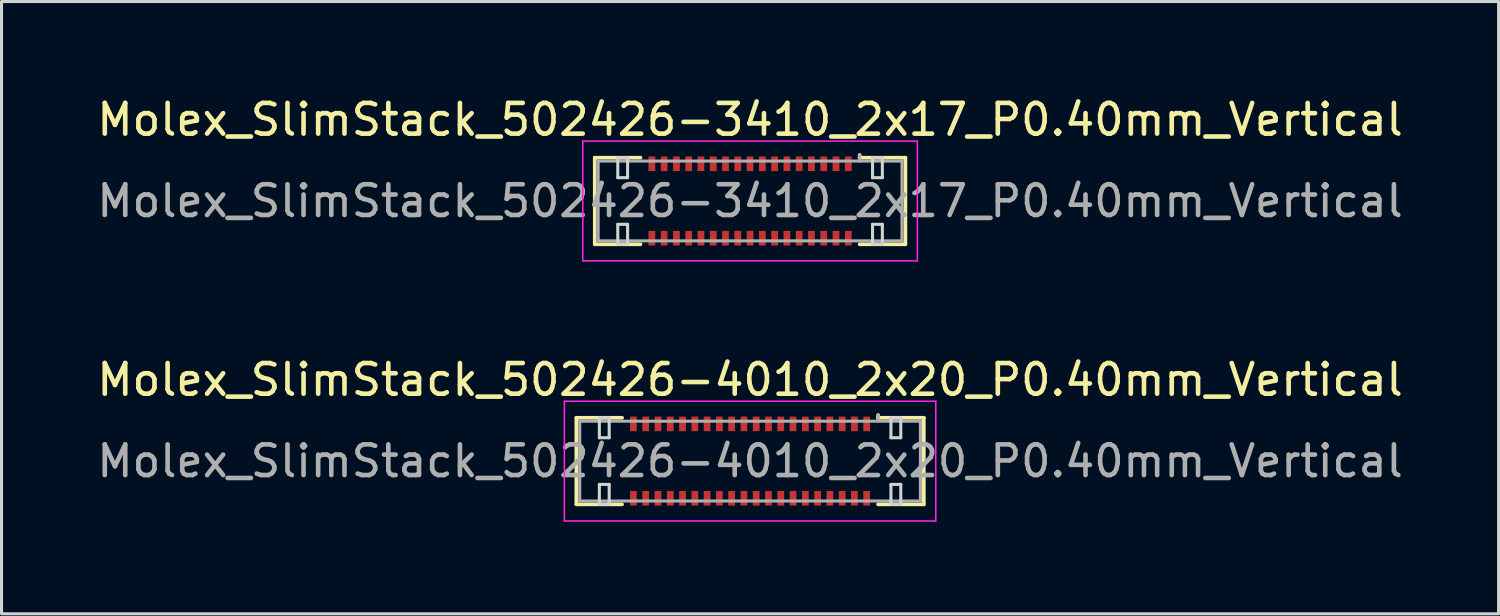
<source format=kicad_pcb>
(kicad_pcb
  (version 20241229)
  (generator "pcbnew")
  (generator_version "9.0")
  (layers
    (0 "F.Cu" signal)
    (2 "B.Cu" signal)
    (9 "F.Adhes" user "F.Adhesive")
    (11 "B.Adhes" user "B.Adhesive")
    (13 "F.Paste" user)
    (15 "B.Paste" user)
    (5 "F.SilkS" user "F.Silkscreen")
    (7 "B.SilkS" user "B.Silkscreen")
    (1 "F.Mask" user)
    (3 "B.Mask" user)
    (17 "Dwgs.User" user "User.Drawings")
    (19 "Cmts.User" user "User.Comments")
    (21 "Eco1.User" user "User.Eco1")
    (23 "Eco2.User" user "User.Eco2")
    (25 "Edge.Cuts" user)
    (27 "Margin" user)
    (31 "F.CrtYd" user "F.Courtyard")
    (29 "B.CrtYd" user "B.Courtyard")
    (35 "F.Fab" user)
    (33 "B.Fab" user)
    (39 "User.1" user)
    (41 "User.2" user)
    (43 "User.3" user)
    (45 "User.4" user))
  (footprint "Molex_SlimStack_502426-3410_2x17_P0.40mm_Vertical"
    (layer "F.Cu")
    (at 21.387 3.498)
    (property "Reference" "Molex_SlimStack_502426-3410_2x17_P0.40mm_Vertical" (at 0 -2.65 0) (layer "F.SilkS") (effects (font (size 1 1) (thickness 0.15))))
    (attr smd)
    (fp_line (start -5.06 -1.41) (end -3.57 -1.41) (stroke (width 0.12) (type solid)) (layer "F.SilkS"))
    (fp_line (start -5.06 1.41) (end -5.06 -1.41) (stroke (width 0.12) (type solid)) (layer "F.SilkS"))
    (fp_line (start -3.57 1.41) (end -5.06 1.41) (stroke (width 0.12) (type solid)) (layer "F.SilkS"))
    (fp_line (start 3.57 -1.41) (end 3.57 -1.5) (stroke (width 0.12) (type solid)) (layer "F.SilkS"))
    (fp_line (start 3.57 1.41) (end 5.06 1.41) (stroke (width 0.12) (type solid)) (layer "F.SilkS"))
    (fp_line (start 5.06 -1.41) (end 3.57 -1.41) (stroke (width 0.12) (type solid)) (layer "F.SilkS"))
    (fp_line (start 5.06 1.41) (end 5.06 -1.41) (stroke (width 0.12) (type solid)) (layer "F.SilkS"))
    (fp_line (start -4.31 -1.41) (end -4.31 -0.76) (stroke (width 0.1) (type solid)) (layer "Edge.Cuts"))
    (fp_line (start -4.31 -0.76) (end -3.99 -0.76) (stroke (width 0.1) (type solid)) (layer "Edge.Cuts"))
    (fp_line (start -4.31 0.76) (end -4.31 1.41) (stroke (width 0.1) (type solid)) (layer "Edge.Cuts"))
    (fp_line (start -4.31 1.41) (end -3.99 1.41) (stroke (width 0.1) (type solid)) (layer "Edge.Cuts"))
    (fp_line (start -3.99 -1.41) (end -4.31 -1.41) (stroke (width 0.1) (type solid)) (layer "Edge.Cuts"))
    (fp_line (start -3.99 -0.76) (end -3.99 -1.41) (stroke (width 0.1) (type solid)) (layer "Edge.Cuts"))
    (fp_line (start -3.99 0.76) (end -4.31 0.76) (stroke (width 0.1) (type solid)) (layer "Edge.Cuts"))
    (fp_line (start -3.99 1.41) (end -3.99 0.76) (stroke (width 0.1) (type solid)) (layer "Edge.Cuts"))
    (fp_line (start 3.99 -1.41) (end 3.99 -0.76) (stroke (width 0.1) (type solid)) (layer "Edge.Cuts"))
    (fp_line (start 3.99 -0.76) (end 4.31 -0.76) (stroke (width 0.1) (type solid)) (layer "Edge.Cuts"))
    (fp_line (start 3.99 0.76) (end 3.99 1.41) (stroke (width 0.1) (type solid)) (layer "Edge.Cuts"))
    (fp_line (start 3.99 1.41) (end 4.31 1.41) (stroke (width 0.1) (type solid)) (layer "Edge.Cuts"))
    (fp_line (start 4.31 -1.41) (end 3.99 -1.41) (stroke (width 0.1) (type solid)) (layer "Edge.Cuts"))
    (fp_line (start 4.31 -0.76) (end 4.31 -1.41) (stroke (width 0.1) (type solid)) (layer "Edge.Cuts"))
    (fp_line (start 4.31 0.76) (end 3.99 0.76) (stroke (width 0.1) (type solid)) (layer "Edge.Cuts"))
    (fp_line (start 4.31 1.41) (end 4.31 0.76) (stroke (width 0.1) (type solid)) (layer "Edge.Cuts"))
    (fp_line (start -5.45 -1.95) (end -5.45 1.95) (stroke (width 0.05) (type solid)) (layer "F.CrtYd"))
    (fp_line (start -5.45 1.95) (end 5.45 1.95) (stroke (width 0.05) (type solid)) (layer "F.CrtYd"))
    (fp_line (start 5.45 -1.95) (end -5.45 -1.95) (stroke (width 0.05) (type solid)) (layer "F.CrtYd"))
    (fp_line (start 5.45 1.95) (end 5.45 -1.95) (stroke (width 0.05) (type solid)) (layer "F.CrtYd"))
    (fp_line (start -4.95 -1.3) (end -4.95 1.3) (stroke (width 0.1) (type solid)) (layer "F.Fab"))
    (fp_line (start -4.95 1.3) (end 4.95 1.3) (stroke (width 0.1) (type solid)) (layer "F.Fab"))
    (fp_line (start 3.57 -1.3) (end 3.57 -1.5) (stroke (width 0.1) (type solid)) (layer "F.Fab"))
    (fp_line (start 4.95 -1.3) (end -4.95 -1.3) (stroke (width 0.1) (type solid)) (layer "F.Fab"))
    (fp_line (start 4.95 1.3) (end 4.95 -1.3) (stroke (width 0.1) (type solid)) (layer "F.Fab"))
    (fp_text user "${REFERENCE}" (at 0 0 0) (layer "F.Fab") (effects (font (size 1 1) (thickness 0.15))))
    (pad "1" smd rect (at 3.2 -1.212) (size 0.22 0.475) (layers "F.Cu" "F.Mask" "F.Paste"))
    (pad "2" smd rect (at 3.2 1.212) (size 0.22 0.475) (layers "F.Cu" "F.Mask" "F.Paste"))
    (pad "3" smd rect (at 2.8 -1.212) (size 0.22 0.475) (layers "F.Cu" "F.Mask" "F.Paste"))
    (pad "4" smd rect (at 2.8 1.212) (size 0.22 0.475) (layers "F.Cu" "F.Mask" "F.Paste"))
    (pad "5" smd rect (at 2.4 -1.212) (size 0.22 0.475) (layers "F.Cu" "F.Mask" "F.Paste"))
    (pad "6" smd rect (at 2.4 1.212) (size 0.22 0.475) (layers "F.Cu" "F.Mask" "F.Paste"))
    (pad "7" smd rect (at 2 -1.212) (size 0.22 0.475) (layers "F.Cu" "F.Mask" "F.Paste"))
    (pad "8" smd rect (at 2 1.212) (size 0.22 0.475) (layers "F.Cu" "F.Mask" "F.Paste"))
    (pad "9" smd rect (at 1.6 -1.212) (size 0.22 0.475) (layers "F.Cu" "F.Mask" "F.Paste"))
    (pad "10" smd rect (at 1.6 1.212) (size 0.22 0.475) (layers "F.Cu" "F.Mask" "F.Paste"))
    (pad "11" smd rect (at 1.2 -1.212) (size 0.22 0.475) (layers "F.Cu" "F.Mask" "F.Paste"))
    (pad "12" smd rect (at 1.2 1.212) (size 0.22 0.475) (layers "F.Cu" "F.Mask" "F.Paste"))
    (pad "13" smd rect (at 0.8 -1.212) (size 0.22 0.475) (layers "F.Cu" "F.Mask" "F.Paste"))
    (pad "14" smd rect (at 0.8 1.212) (size 0.22 0.475) (layers "F.Cu" "F.Mask" "F.Paste"))
    (pad "15" smd rect (at 0.4 -1.212) (size 0.22 0.475) (layers "F.Cu" "F.Mask" "F.Paste"))
    (pad "16" smd rect (at 0.4 1.212) (size 0.22 0.475) (layers "F.Cu" "F.Mask" "F.Paste"))
    (pad "17" smd rect (at 0 -1.212) (size 0.22 0.475) (layers "F.Cu" "F.Mask" "F.Paste"))
    (pad "18" smd rect (at 0 1.212) (size 0.22 0.475) (layers "F.Cu" "F.Mask" "F.Paste"))
    (pad "19" smd rect (at -0.4 -1.212) (size 0.22 0.475) (layers "F.Cu" "F.Mask" "F.Paste"))
    (pad "20" smd rect (at -0.4 1.212) (size 0.22 0.475) (layers "F.Cu" "F.Mask" "F.Paste"))
    (pad "21" smd rect (at -0.8 -1.212) (size 0.22 0.475) (layers "F.Cu" "F.Mask" "F.Paste"))
    (pad "22" smd rect (at -0.8 1.212) (size 0.22 0.475) (layers "F.Cu" "F.Mask" "F.Paste"))
    (pad "23" smd rect (at -1.2 -1.212) (size 0.22 0.475) (layers "F.Cu" "F.Mask" "F.Paste"))
    (pad "24" smd rect (at -1.2 1.212) (size 0.22 0.475) (layers "F.Cu" "F.Mask" "F.Paste"))
    (pad "25" smd rect (at -1.6 -1.212) (size 0.22 0.475) (layers "F.Cu" "F.Mask" "F.Paste"))
    (pad "26" smd rect (at -1.6 1.212) (size 0.22 0.475) (layers "F.Cu" "F.Mask" "F.Paste"))
    (pad "27" smd rect (at -2 -1.212) (size 0.22 0.475) (layers "F.Cu" "F.Mask" "F.Paste"))
    (pad "28" smd rect (at -2 1.212) (size 0.22 0.475) (layers "F.Cu" "F.Mask" "F.Paste"))
    (pad "29" smd rect (at -2.4 -1.212) (size 0.22 0.475) (layers "F.Cu" "F.Mask" "F.Paste"))
    (pad "30" smd rect (at -2.4 1.212) (size 0.22 0.475) (layers "F.Cu" "F.Mask" "F.Paste"))
    (pad "31" smd rect (at -2.8 -1.212) (size 0.22 0.475) (layers "F.Cu" "F.Mask" "F.Paste"))
    (pad "32" smd rect (at -2.8 1.212) (size 0.22 0.475) (layers "F.Cu" "F.Mask" "F.Paste"))
    (pad "33" smd rect (at -3.2 -1.212) (size 0.22 0.475) (layers "F.Cu" "F.Mask" "F.Paste"))
    (pad "34" smd rect (at -3.2 1.212) (size 0.22 0.475) (layers "F.Cu" "F.Mask" "F.Paste")))
  (footprint "Molex_SlimStack_502426-4010_2x20_P0.40mm_Vertical"
    (layer "F.Cu")
    (at 21.387 11.972)
    (property "Reference" "Molex_SlimStack_502426-4010_2x20_P0.40mm_Vertical" (at 0 -2.65 0) (layer "F.SilkS") (effects (font (size 1 1) (thickness 0.15))))
    (attr smd)
    (fp_line (start -5.66 -1.41) (end -4.17 -1.41) (stroke (width 0.12) (type solid)) (layer "F.SilkS"))
    (fp_line (start -5.66 1.41) (end -5.66 -1.41) (stroke (width 0.12) (type solid)) (layer "F.SilkS"))
    (fp_line (start -4.17 1.41) (end -5.66 1.41) (stroke (width 0.12) (type solid)) (layer "F.SilkS"))
    (fp_line (start 4.17 -1.41) (end 4.17 -1.5) (stroke (width 0.12) (type solid)) (layer "F.SilkS"))
    (fp_line (start 4.17 1.41) (end 5.66 1.41) (stroke (width 0.12) (type solid)) (layer "F.SilkS"))
    (fp_line (start 5.66 -1.41) (end 4.17 -1.41) (stroke (width 0.12) (type solid)) (layer "F.SilkS"))
    (fp_line (start 5.66 1.41) (end 5.66 -1.41) (stroke (width 0.12) (type solid)) (layer "F.SilkS"))
    (fp_line (start -4.91 -1.41) (end -4.91 -0.76) (stroke (width 0.1) (type solid)) (layer "Edge.Cuts"))
    (fp_line (start -4.91 -0.76) (end -4.59 -0.76) (stroke (width 0.1) (type solid)) (layer "Edge.Cuts"))
    (fp_line (start -4.91 0.76) (end -4.91 1.41) (stroke (width 0.1) (type solid)) (layer "Edge.Cuts"))
    (fp_line (start -4.91 1.41) (end -4.59 1.41) (stroke (width 0.1) (type solid)) (layer "Edge.Cuts"))
    (fp_line (start -4.59 -1.41) (end -4.91 -1.41) (stroke (width 0.1) (type solid)) (layer "Edge.Cuts"))
    (fp_line (start -4.59 -0.76) (end -4.59 -1.41) (stroke (width 0.1) (type solid)) (layer "Edge.Cuts"))
    (fp_line (start -4.59 0.76) (end -4.91 0.76) (stroke (width 0.1) (type solid)) (layer "Edge.Cuts"))
    (fp_line (start -4.59 1.41) (end -4.59 0.76) (stroke (width 0.1) (type solid)) (layer "Edge.Cuts"))
    (fp_line (start 4.59 -1.41) (end 4.59 -0.76) (stroke (width 0.1) (type solid)) (layer "Edge.Cuts"))
    (fp_line (start 4.59 -0.76) (end 4.91 -0.76) (stroke (width 0.1) (type solid)) (layer "Edge.Cuts"))
    (fp_line (start 4.59 0.76) (end 4.59 1.41) (stroke (width 0.1) (type solid)) (layer "Edge.Cuts"))
    (fp_line (start 4.59 1.41) (end 4.91 1.41) (stroke (width 0.1) (type solid)) (layer "Edge.Cuts"))
    (fp_line (start 4.91 -1.41) (end 4.59 -1.41) (stroke (width 0.1) (type solid)) (layer "Edge.Cuts"))
    (fp_line (start 4.91 -0.76) (end 4.91 -1.41) (stroke (width 0.1) (type solid)) (layer "Edge.Cuts"))
    (fp_line (start 4.91 0.76) (end 4.59 0.76) (stroke (width 0.1) (type solid)) (layer "Edge.Cuts"))
    (fp_line (start 4.91 1.41) (end 4.91 0.76) (stroke (width 0.1) (type solid)) (layer "Edge.Cuts"))
    (fp_line (start -6.05 -1.95) (end -6.05 1.95) (stroke (width 0.05) (type solid)) (layer "F.CrtYd"))
    (fp_line (start -6.05 1.95) (end 6.05 1.95) (stroke (width 0.05) (type solid)) (layer "F.CrtYd"))
    (fp_line (start 6.05 -1.95) (end -6.05 -1.95) (stroke (width 0.05) (type solid)) (layer "F.CrtYd"))
    (fp_line (start 6.05 1.95) (end 6.05 -1.95) (stroke (width 0.05) (type solid)) (layer "F.CrtYd"))
    (fp_line (start -5.55 -1.3) (end -5.55 1.3) (stroke (width 0.1) (type solid)) (layer "F.Fab"))
    (fp_line (start -5.55 1.3) (end 5.55 1.3) (stroke (width 0.1) (type solid)) (layer "F.Fab"))
    (fp_line (start 4.17 -1.3) (end 4.17 -1.5) (stroke (width 0.1) (type solid)) (layer "F.Fab"))
    (fp_line (start 5.55 -1.3) (end -5.55 -1.3) (stroke (width 0.1) (type solid)) (layer "F.Fab"))
    (fp_line (start 5.55 1.3) (end 5.55 -1.3) (stroke (width 0.1) (type solid)) (layer "F.Fab"))
    (fp_text user "${REFERENCE}" (at 0 0 0) (layer "F.Fab") (effects (font (size 1 1) (thickness 0.15))))
    (pad "1" smd rect (at 3.8 -1.212) (size 0.22 0.475) (layers "F.Cu" "F.Mask" "F.Paste"))
    (pad "2" smd rect (at 3.8 1.212) (size 0.22 0.475) (layers "F.Cu" "F.Mask" "F.Paste"))
    (pad "3" smd rect (at 3.4 -1.212) (size 0.22 0.475) (layers "F.Cu" "F.Mask" "F.Paste"))
    (pad "4" smd rect (at 3.4 1.212) (size 0.22 0.475) (layers "F.Cu" "F.Mask" "F.Paste"))
    (pad "5" smd rect (at 3 -1.212) (size 0.22 0.475) (layers "F.Cu" "F.Mask" "F.Paste"))
    (pad "6" smd rect (at 3 1.212) (size 0.22 0.475) (layers "F.Cu" "F.Mask" "F.Paste"))
    (pad "7" smd rect (at 2.6 -1.212) (size 0.22 0.475) (layers "F.Cu" "F.Mask" "F.Paste"))
    (pad "8" smd rect (at 2.6 1.212) (size 0.22 0.475) (layers "F.Cu" "F.Mask" "F.Paste"))
    (pad "9" smd rect (at 2.2 -1.212) (size 0.22 0.475) (layers "F.Cu" "F.Mask" "F.Paste"))
    (pad "10" smd rect (at 2.2 1.212) (size 0.22 0.475) (layers "F.Cu" "F.Mask" "F.Paste"))
    (pad "11" smd rect (at 1.8 -1.212) (size 0.22 0.475) (layers "F.Cu" "F.Mask" "F.Paste"))
    (pad "12" smd rect (at 1.8 1.212) (size 0.22 0.475) (layers "F.Cu" "F.Mask" "F.Paste"))
    (pad "13" smd rect (at 1.4 -1.212) (size 0.22 0.475) (layers "F.Cu" "F.Mask" "F.Paste"))
    (pad "14" smd rect (at 1.4 1.212) (size 0.22 0.475) (layers "F.Cu" "F.Mask" "F.Paste"))
    (pad "15" smd rect (at 1 -1.212) (size 0.22 0.475) (layers "F.Cu" "F.Mask" "F.Paste"))
    (pad "16" smd rect (at 1 1.212) (size 0.22 0.475) (layers "F.Cu" "F.Mask" "F.Paste"))
    (pad "17" smd rect (at 0.6 -1.212) (size 0.22 0.475) (layers "F.Cu" "F.Mask" "F.Paste"))
    (pad "18" smd rect (at 0.6 1.212) (size 0.22 0.475) (layers "F.Cu" "F.Mask" "F.Paste"))
    (pad "19" smd rect (at 0.2 -1.212) (size 0.22 0.475) (layers "F.Cu" "F.Mask" "F.Paste"))
    (pad "20" smd rect (at 0.2 1.212) (size 0.22 0.475) (layers "F.Cu" "F.Mask" "F.Paste"))
    (pad "21" smd rect (at -0.2 -1.212) (size 0.22 0.475) (layers "F.Cu" "F.Mask" "F.Paste"))
    (pad "22" smd rect (at -0.2 1.212) (size 0.22 0.475) (layers "F.Cu" "F.Mask" "F.Paste"))
    (pad "23" smd rect (at -0.6 -1.212) (size 0.22 0.475) (layers "F.Cu" "F.Mask" "F.Paste"))
    (pad "24" smd rect (at -0.6 1.212) (size 0.22 0.475) (layers "F.Cu" "F.Mask" "F.Paste"))
    (pad "25" smd rect (at -1 -1.212) (size 0.22 0.475) (layers "F.Cu" "F.Mask" "F.Paste"))
    (pad "26" smd rect (at -1 1.212) (size 0.22 0.475) (layers "F.Cu" "F.Mask" "F.Paste"))
    (pad "27" smd rect (at -1.4 -1.212) (size 0.22 0.475) (layers "F.Cu" "F.Mask" "F.Paste"))
    (pad "28" smd rect (at -1.4 1.212) (size 0.22 0.475) (layers "F.Cu" "F.Mask" "F.Paste"))
    (pad "29" smd rect (at -1.8 -1.212) (size 0.22 0.475) (layers "F.Cu" "F.Mask" "F.Paste"))
    (pad "30" smd rect (at -1.8 1.212) (size 0.22 0.475) (layers "F.Cu" "F.Mask" "F.Paste"))
    (pad "31" smd rect (at -2.2 -1.212) (size 0.22 0.475) (layers "F.Cu" "F.Mask" "F.Paste"))
    (pad "32" smd rect (at -2.2 1.212) (size 0.22 0.475) (layers "F.Cu" "F.Mask" "F.Paste"))
    (pad "33" smd rect (at -2.6 -1.212) (size 0.22 0.475) (layers "F.Cu" "F.Mask" "F.Paste"))
    (pad "34" smd rect (at -2.6 1.212) (size 0.22 0.475) (layers "F.Cu" "F.Mask" "F.Paste"))
    (pad "35" smd rect (at -3 -1.212) (size 0.22 0.475) (layers "F.Cu" "F.Mask" "F.Paste"))
    (pad "36" smd rect (at -3 1.212) (size 0.22 0.475) (layers "F.Cu" "F.Mask" "F.Paste"))
    (pad "37" smd rect (at -3.4 -1.212) (size 0.22 0.475) (layers "F.Cu" "F.Mask" "F.Paste"))
    (pad "38" smd rect (at -3.4 1.212) (size 0.22 0.475) (layers "F.Cu" "F.Mask" "F.Paste"))
    (pad "39" smd rect (at -3.8 -1.212) (size 0.22 0.475) (layers "F.Cu" "F.Mask" "F.Paste"))
    (pad "40" smd rect (at -3.8 1.212) (size 0.22 0.475) (layers "F.Cu" "F.Mask" "F.Paste")))
  (gr_rect
    (start -3 -3)
    (end 45.774 16.947)
    (stroke (width 0.1) (type default))
    (fill no)
    (layer "Edge.Cuts")))
</source>
